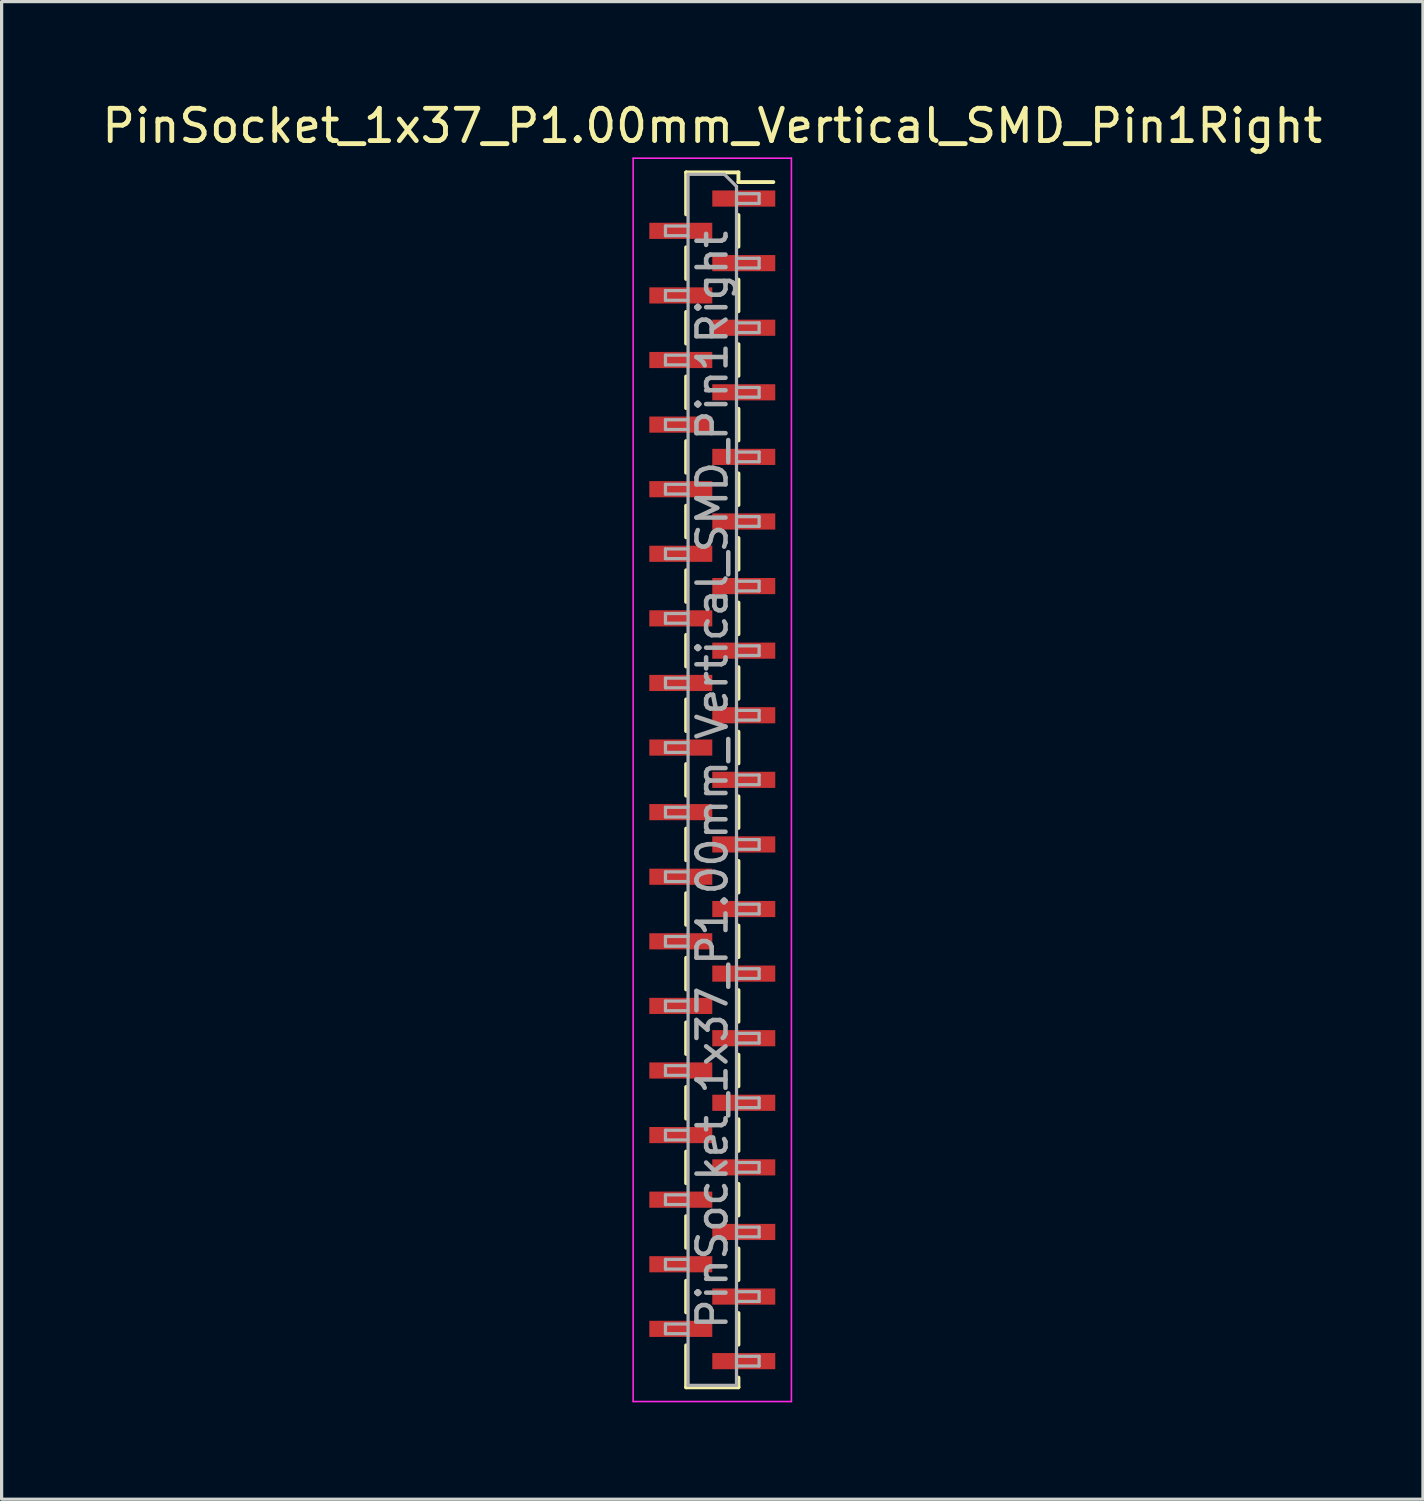
<source format=kicad_pcb>
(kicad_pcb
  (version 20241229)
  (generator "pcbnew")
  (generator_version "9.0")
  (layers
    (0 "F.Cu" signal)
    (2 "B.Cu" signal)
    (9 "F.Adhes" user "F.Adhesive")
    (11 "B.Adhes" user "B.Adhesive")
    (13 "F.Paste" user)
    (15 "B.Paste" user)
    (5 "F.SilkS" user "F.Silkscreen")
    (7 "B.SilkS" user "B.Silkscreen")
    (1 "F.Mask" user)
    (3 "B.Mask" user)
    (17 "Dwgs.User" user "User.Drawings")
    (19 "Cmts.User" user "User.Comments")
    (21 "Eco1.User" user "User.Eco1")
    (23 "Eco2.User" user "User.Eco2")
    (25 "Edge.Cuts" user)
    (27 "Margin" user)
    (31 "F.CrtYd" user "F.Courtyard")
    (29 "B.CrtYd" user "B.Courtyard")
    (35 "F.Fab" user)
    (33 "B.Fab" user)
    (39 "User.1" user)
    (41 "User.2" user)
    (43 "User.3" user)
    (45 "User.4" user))
  (footprint "PinSocket_1x37_P1.00mm_Vertical_SMD_Pin1Right"
    (layer "F.Cu")
    (at 19.006 21.098)
    (property "Reference" "PinSocket_1x37_P1.00mm_Vertical_SMD_Pin1Right" (at 0 -20.25 0) (layer "F.SilkS") (effects (font (size 1 1) (thickness 0.15))))
    (attr smd)
    (fp_line (start -0.81 -18.81) (end -0.81 -17.51) (stroke (width 0.12) (type solid)) (layer "F.SilkS"))
    (fp_line (start -0.81 -18.81) (end 0.81 -18.81) (stroke (width 0.12) (type solid)) (layer "F.SilkS"))
    (fp_line (start -0.81 -16.49) (end -0.81 -15.51) (stroke (width 0.12) (type solid)) (layer "F.SilkS"))
    (fp_line (start -0.81 -14.49) (end -0.81 -13.51) (stroke (width 0.12) (type solid)) (layer "F.SilkS"))
    (fp_line (start -0.81 -12.49) (end -0.81 -11.51) (stroke (width 0.12) (type solid)) (layer "F.SilkS"))
    (fp_line (start -0.81 -10.49) (end -0.81 -9.51) (stroke (width 0.12) (type solid)) (layer "F.SilkS"))
    (fp_line (start -0.81 -8.49) (end -0.81 -7.51) (stroke (width 0.12) (type solid)) (layer "F.SilkS"))
    (fp_line (start -0.81 -6.49) (end -0.81 -5.51) (stroke (width 0.12) (type solid)) (layer "F.SilkS"))
    (fp_line (start -0.81 -4.49) (end -0.81 -3.51) (stroke (width 0.12) (type solid)) (layer "F.SilkS"))
    (fp_line (start -0.81 -2.49) (end -0.81 -1.51) (stroke (width 0.12) (type solid)) (layer "F.SilkS"))
    (fp_line (start -0.81 -0.49) (end -0.81 0.49) (stroke (width 0.12) (type solid)) (layer "F.SilkS"))
    (fp_line (start -0.81 1.51) (end -0.81 2.49) (stroke (width 0.12) (type solid)) (layer "F.SilkS"))
    (fp_line (start -0.81 3.51) (end -0.81 4.49) (stroke (width 0.12) (type solid)) (layer "F.SilkS"))
    (fp_line (start -0.81 5.51) (end -0.81 6.49) (stroke (width 0.12) (type solid)) (layer "F.SilkS"))
    (fp_line (start -0.81 7.51) (end -0.81 8.49) (stroke (width 0.12) (type solid)) (layer "F.SilkS"))
    (fp_line (start -0.81 9.51) (end -0.81 10.49) (stroke (width 0.12) (type solid)) (layer "F.SilkS"))
    (fp_line (start -0.81 11.51) (end -0.81 12.49) (stroke (width 0.12) (type solid)) (layer "F.SilkS"))
    (fp_line (start -0.81 13.51) (end -0.81 14.49) (stroke (width 0.12) (type solid)) (layer "F.SilkS"))
    (fp_line (start -0.81 15.51) (end -0.81 16.49) (stroke (width 0.12) (type solid)) (layer "F.SilkS"))
    (fp_line (start -0.81 17.51) (end -0.81 18.81) (stroke (width 0.12) (type solid)) (layer "F.SilkS"))
    (fp_line (start -0.81 18.81) (end 0.81 18.81) (stroke (width 0.12) (type solid)) (layer "F.SilkS"))
    (fp_line (start 0.81 -18.81) (end 0.81 -18.51) (stroke (width 0.12) (type solid)) (layer "F.SilkS"))
    (fp_line (start 0.81 -18.51) (end 1.89 -18.51) (stroke (width 0.12) (type solid)) (layer "F.SilkS"))
    (fp_line (start 0.81 -17.49) (end 0.81 -16.51) (stroke (width 0.12) (type solid)) (layer "F.SilkS"))
    (fp_line (start 0.81 -15.49) (end 0.81 -14.51) (stroke (width 0.12) (type solid)) (layer "F.SilkS"))
    (fp_line (start 0.81 -13.49) (end 0.81 -12.51) (stroke (width 0.12) (type solid)) (layer "F.SilkS"))
    (fp_line (start 0.81 -11.49) (end 0.81 -10.51) (stroke (width 0.12) (type solid)) (layer "F.SilkS"))
    (fp_line (start 0.81 -9.49) (end 0.81 -8.51) (stroke (width 0.12) (type solid)) (layer "F.SilkS"))
    (fp_line (start 0.81 -7.49) (end 0.81 -6.51) (stroke (width 0.12) (type solid)) (layer "F.SilkS"))
    (fp_line (start 0.81 -5.49) (end 0.81 -4.51) (stroke (width 0.12) (type solid)) (layer "F.SilkS"))
    (fp_line (start 0.81 -3.49) (end 0.81 -2.51) (stroke (width 0.12) (type solid)) (layer "F.SilkS"))
    (fp_line (start 0.81 -1.49) (end 0.81 -0.51) (stroke (width 0.12) (type solid)) (layer "F.SilkS"))
    (fp_line (start 0.81 0.51) (end 0.81 1.49) (stroke (width 0.12) (type solid)) (layer "F.SilkS"))
    (fp_line (start 0.81 2.51) (end 0.81 3.49) (stroke (width 0.12) (type solid)) (layer "F.SilkS"))
    (fp_line (start 0.81 4.51) (end 0.81 5.49) (stroke (width 0.12) (type solid)) (layer "F.SilkS"))
    (fp_line (start 0.81 6.51) (end 0.81 7.49) (stroke (width 0.12) (type solid)) (layer "F.SilkS"))
    (fp_line (start 0.81 8.51) (end 0.81 9.49) (stroke (width 0.12) (type solid)) (layer "F.SilkS"))
    (fp_line (start 0.81 10.51) (end 0.81 11.49) (stroke (width 0.12) (type solid)) (layer "F.SilkS"))
    (fp_line (start 0.81 12.51) (end 0.81 13.49) (stroke (width 0.12) (type solid)) (layer "F.SilkS"))
    (fp_line (start 0.81 14.51) (end 0.81 15.49) (stroke (width 0.12) (type solid)) (layer "F.SilkS"))
    (fp_line (start 0.81 16.51) (end 0.81 17.49) (stroke (width 0.12) (type solid)) (layer "F.SilkS"))
    (fp_line (start 0.81 18.51) (end 0.81 18.81) (stroke (width 0.12) (type solid)) (layer "F.SilkS"))
    (fp_line (start -2.45 -19.25) (end 2.45 -19.25) (stroke (width 0.05) (type solid)) (layer "F.CrtYd"))
    (fp_line (start -2.45 19.25) (end -2.45 -19.25) (stroke (width 0.05) (type solid)) (layer "F.CrtYd"))
    (fp_line (start 2.45 -19.25) (end 2.45 19.25) (stroke (width 0.05) (type solid)) (layer "F.CrtYd"))
    (fp_line (start 2.45 19.25) (end -2.45 19.25) (stroke (width 0.05) (type solid)) (layer "F.CrtYd"))
    (fp_line (start -1.45 -17.15) (end -0.75 -17.15) (stroke (width 0.1) (type solid)) (layer "F.Fab"))
    (fp_line (start -1.45 -16.85) (end -1.45 -17.15) (stroke (width 0.1) (type solid)) (layer "F.Fab"))
    (fp_line (start -1.45 -15.15) (end -0.75 -15.15) (stroke (width 0.1) (type solid)) (layer "F.Fab"))
    (fp_line (start -1.45 -14.85) (end -1.45 -15.15) (stroke (width 0.1) (type solid)) (layer "F.Fab"))
    (fp_line (start -1.45 -13.15) (end -0.75 -13.15) (stroke (width 0.1) (type solid)) (layer "F.Fab"))
    (fp_line (start -1.45 -12.85) (end -1.45 -13.15) (stroke (width 0.1) (type solid)) (layer "F.Fab"))
    (fp_line (start -1.45 -11.15) (end -0.75 -11.15) (stroke (width 0.1) (type solid)) (layer "F.Fab"))
    (fp_line (start -1.45 -10.85) (end -1.45 -11.15) (stroke (width 0.1) (type solid)) (layer "F.Fab"))
    (fp_line (start -1.45 -9.15) (end -0.75 -9.15) (stroke (width 0.1) (type solid)) (layer "F.Fab"))
    (fp_line (start -1.45 -8.85) (end -1.45 -9.15) (stroke (width 0.1) (type solid)) (layer "F.Fab"))
    (fp_line (start -1.45 -7.15) (end -0.75 -7.15) (stroke (width 0.1) (type solid)) (layer "F.Fab"))
    (fp_line (start -1.45 -6.85) (end -1.45 -7.15) (stroke (width 0.1) (type solid)) (layer "F.Fab"))
    (fp_line (start -1.45 -5.15) (end -0.75 -5.15) (stroke (width 0.1) (type solid)) (layer "F.Fab"))
    (fp_line (start -1.45 -4.85) (end -1.45 -5.15) (stroke (width 0.1) (type solid)) (layer "F.Fab"))
    (fp_line (start -1.45 -3.15) (end -0.75 -3.15) (stroke (width 0.1) (type solid)) (layer "F.Fab"))
    (fp_line (start -1.45 -2.85) (end -1.45 -3.15) (stroke (width 0.1) (type solid)) (layer "F.Fab"))
    (fp_line (start -1.45 -1.15) (end -0.75 -1.15) (stroke (width 0.1) (type solid)) (layer "F.Fab"))
    (fp_line (start -1.45 -0.85) (end -1.45 -1.15) (stroke (width 0.1) (type solid)) (layer "F.Fab"))
    (fp_line (start -1.45 0.85) (end -0.75 0.85) (stroke (width 0.1) (type solid)) (layer "F.Fab"))
    (fp_line (start -1.45 1.15) (end -1.45 0.85) (stroke (width 0.1) (type solid)) (layer "F.Fab"))
    (fp_line (start -1.45 2.85) (end -0.75 2.85) (stroke (width 0.1) (type solid)) (layer "F.Fab"))
    (fp_line (start -1.45 3.15) (end -1.45 2.85) (stroke (width 0.1) (type solid)) (layer "F.Fab"))
    (fp_line (start -1.45 4.85) (end -0.75 4.85) (stroke (width 0.1) (type solid)) (layer "F.Fab"))
    (fp_line (start -1.45 5.15) (end -1.45 4.85) (stroke (width 0.1) (type solid)) (layer "F.Fab"))
    (fp_line (start -1.45 6.85) (end -0.75 6.85) (stroke (width 0.1) (type solid)) (layer "F.Fab"))
    (fp_line (start -1.45 7.15) (end -1.45 6.85) (stroke (width 0.1) (type solid)) (layer "F.Fab"))
    (fp_line (start -1.45 8.85) (end -0.75 8.85) (stroke (width 0.1) (type solid)) (layer "F.Fab"))
    (fp_line (start -1.45 9.15) (end -1.45 8.85) (stroke (width 0.1) (type solid)) (layer "F.Fab"))
    (fp_line (start -1.45 10.85) (end -0.75 10.85) (stroke (width 0.1) (type solid)) (layer "F.Fab"))
    (fp_line (start -1.45 11.15) (end -1.45 10.85) (stroke (width 0.1) (type solid)) (layer "F.Fab"))
    (fp_line (start -1.45 12.85) (end -0.75 12.85) (stroke (width 0.1) (type solid)) (layer "F.Fab"))
    (fp_line (start -1.45 13.15) (end -1.45 12.85) (stroke (width 0.1) (type solid)) (layer "F.Fab"))
    (fp_line (start -1.45 14.85) (end -0.75 14.85) (stroke (width 0.1) (type solid)) (layer "F.Fab"))
    (fp_line (start -1.45 15.15) (end -1.45 14.85) (stroke (width 0.1) (type solid)) (layer "F.Fab"))
    (fp_line (start -1.45 16.85) (end -0.75 16.85) (stroke (width 0.1) (type solid)) (layer "F.Fab"))
    (fp_line (start -1.45 17.15) (end -1.45 16.85) (stroke (width 0.1) (type solid)) (layer "F.Fab"))
    (fp_line (start -0.75 -18.75) (end 0.375 -18.75) (stroke (width 0.1) (type solid)) (layer "F.Fab"))
    (fp_line (start -0.75 -16.85) (end -1.45 -16.85) (stroke (width 0.1) (type solid)) (layer "F.Fab"))
    (fp_line (start -0.75 -14.85) (end -1.45 -14.85) (stroke (width 0.1) (type solid)) (layer "F.Fab"))
    (fp_line (start -0.75 -12.85) (end -1.45 -12.85) (stroke (width 0.1) (type solid)) (layer "F.Fab"))
    (fp_line (start -0.75 -10.85) (end -1.45 -10.85) (stroke (width 0.1) (type solid)) (layer "F.Fab"))
    (fp_line (start -0.75 -8.85) (end -1.45 -8.85) (stroke (width 0.1) (type solid)) (layer "F.Fab"))
    (fp_line (start -0.75 -6.85) (end -1.45 -6.85) (stroke (width 0.1) (type solid)) (layer "F.Fab"))
    (fp_line (start -0.75 -4.85) (end -1.45 -4.85) (stroke (width 0.1) (type solid)) (layer "F.Fab"))
    (fp_line (start -0.75 -2.85) (end -1.45 -2.85) (stroke (width 0.1) (type solid)) (layer "F.Fab"))
    (fp_line (start -0.75 -0.85) (end -1.45 -0.85) (stroke (width 0.1) (type solid)) (layer "F.Fab"))
    (fp_line (start -0.75 1.15) (end -1.45 1.15) (stroke (width 0.1) (type solid)) (layer "F.Fab"))
    (fp_line (start -0.75 3.15) (end -1.45 3.15) (stroke (width 0.1) (type solid)) (layer "F.Fab"))
    (fp_line (start -0.75 5.15) (end -1.45 5.15) (stroke (width 0.1) (type solid)) (layer "F.Fab"))
    (fp_line (start -0.75 7.15) (end -1.45 7.15) (stroke (width 0.1) (type solid)) (layer "F.Fab"))
    (fp_line (start -0.75 9.15) (end -1.45 9.15) (stroke (width 0.1) (type solid)) (layer "F.Fab"))
    (fp_line (start -0.75 11.15) (end -1.45 11.15) (stroke (width 0.1) (type solid)) (layer "F.Fab"))
    (fp_line (start -0.75 13.15) (end -1.45 13.15) (stroke (width 0.1) (type solid)) (layer "F.Fab"))
    (fp_line (start -0.75 15.15) (end -1.45 15.15) (stroke (width 0.1) (type solid)) (layer "F.Fab"))
    (fp_line (start -0.75 17.15) (end -1.45 17.15) (stroke (width 0.1) (type solid)) (layer "F.Fab"))
    (fp_line (start -0.75 18.75) (end -0.75 -18.75) (stroke (width 0.1) (type solid)) (layer "F.Fab"))
    (fp_line (start 0.375 -18.75) (end 0.75 -18.375) (stroke (width 0.1) (type solid)) (layer "F.Fab"))
    (fp_line (start 0.75 -18.375) (end 0.75 18.75) (stroke (width 0.1) (type solid)) (layer "F.Fab"))
    (fp_line (start 0.75 -18.15) (end 1.45 -18.15) (stroke (width 0.1) (type solid)) (layer "F.Fab"))
    (fp_line (start 0.75 -16.15) (end 1.45 -16.15) (stroke (width 0.1) (type solid)) (layer "F.Fab"))
    (fp_line (start 0.75 -14.15) (end 1.45 -14.15) (stroke (width 0.1) (type solid)) (layer "F.Fab"))
    (fp_line (start 0.75 -12.15) (end 1.45 -12.15) (stroke (width 0.1) (type solid)) (layer "F.Fab"))
    (fp_line (start 0.75 -10.15) (end 1.45 -10.15) (stroke (width 0.1) (type solid)) (layer "F.Fab"))
    (fp_line (start 0.75 -8.15) (end 1.45 -8.15) (stroke (width 0.1) (type solid)) (layer "F.Fab"))
    (fp_line (start 0.75 -6.15) (end 1.45 -6.15) (stroke (width 0.1) (type solid)) (layer "F.Fab"))
    (fp_line (start 0.75 -4.15) (end 1.45 -4.15) (stroke (width 0.1) (type solid)) (layer "F.Fab"))
    (fp_line (start 0.75 -2.15) (end 1.45 -2.15) (stroke (width 0.1) (type solid)) (layer "F.Fab"))
    (fp_line (start 0.75 -0.15) (end 1.45 -0.15) (stroke (width 0.1) (type solid)) (layer "F.Fab"))
    (fp_line (start 0.75 1.85) (end 1.45 1.85) (stroke (width 0.1) (type solid)) (layer "F.Fab"))
    (fp_line (start 0.75 3.85) (end 1.45 3.85) (stroke (width 0.1) (type solid)) (layer "F.Fab"))
    (fp_line (start 0.75 5.85) (end 1.45 5.85) (stroke (width 0.1) (type solid)) (layer "F.Fab"))
    (fp_line (start 0.75 7.85) (end 1.45 7.85) (stroke (width 0.1) (type solid)) (layer "F.Fab"))
    (fp_line (start 0.75 9.85) (end 1.45 9.85) (stroke (width 0.1) (type solid)) (layer "F.Fab"))
    (fp_line (start 0.75 11.85) (end 1.45 11.85) (stroke (width 0.1) (type solid)) (layer "F.Fab"))
    (fp_line (start 0.75 13.85) (end 1.45 13.85) (stroke (width 0.1) (type solid)) (layer "F.Fab"))
    (fp_line (start 0.75 15.85) (end 1.45 15.85) (stroke (width 0.1) (type solid)) (layer "F.Fab"))
    (fp_line (start 0.75 17.85) (end 1.45 17.85) (stroke (width 0.1) (type solid)) (layer "F.Fab"))
    (fp_line (start 0.75 18.75) (end -0.75 18.75) (stroke (width 0.1) (type solid)) (layer "F.Fab"))
    (fp_line (start 1.45 -18.15) (end 1.45 -17.85) (stroke (width 0.1) (type solid)) (layer "F.Fab"))
    (fp_line (start 1.45 -17.85) (end 0.75 -17.85) (stroke (width 0.1) (type solid)) (layer "F.Fab"))
    (fp_line (start 1.45 -16.15) (end 1.45 -15.85) (stroke (width 0.1) (type solid)) (layer "F.Fab"))
    (fp_line (start 1.45 -15.85) (end 0.75 -15.85) (stroke (width 0.1) (type solid)) (layer "F.Fab"))
    (fp_line (start 1.45 -14.15) (end 1.45 -13.85) (stroke (width 0.1) (type solid)) (layer "F.Fab"))
    (fp_line (start 1.45 -13.85) (end 0.75 -13.85) (stroke (width 0.1) (type solid)) (layer "F.Fab"))
    (fp_line (start 1.45 -12.15) (end 1.45 -11.85) (stroke (width 0.1) (type solid)) (layer "F.Fab"))
    (fp_line (start 1.45 -11.85) (end 0.75 -11.85) (stroke (width 0.1) (type solid)) (layer "F.Fab"))
    (fp_line (start 1.45 -10.15) (end 1.45 -9.85) (stroke (width 0.1) (type solid)) (layer "F.Fab"))
    (fp_line (start 1.45 -9.85) (end 0.75 -9.85) (stroke (width 0.1) (type solid)) (layer "F.Fab"))
    (fp_line (start 1.45 -8.15) (end 1.45 -7.85) (stroke (width 0.1) (type solid)) (layer "F.Fab"))
    (fp_line (start 1.45 -7.85) (end 0.75 -7.85) (stroke (width 0.1) (type solid)) (layer "F.Fab"))
    (fp_line (start 1.45 -6.15) (end 1.45 -5.85) (stroke (width 0.1) (type solid)) (layer "F.Fab"))
    (fp_line (start 1.45 -5.85) (end 0.75 -5.85) (stroke (width 0.1) (type solid)) (layer "F.Fab"))
    (fp_line (start 1.45 -4.15) (end 1.45 -3.85) (stroke (width 0.1) (type solid)) (layer "F.Fab"))
    (fp_line (start 1.45 -3.85) (end 0.75 -3.85) (stroke (width 0.1) (type solid)) (layer "F.Fab"))
    (fp_line (start 1.45 -2.15) (end 1.45 -1.85) (stroke (width 0.1) (type solid)) (layer "F.Fab"))
    (fp_line (start 1.45 -1.85) (end 0.75 -1.85) (stroke (width 0.1) (type solid)) (layer "F.Fab"))
    (fp_line (start 1.45 -0.15) (end 1.45 0.15) (stroke (width 0.1) (type solid)) (layer "F.Fab"))
    (fp_line (start 1.45 0.15) (end 0.75 0.15) (stroke (width 0.1) (type solid)) (layer "F.Fab"))
    (fp_line (start 1.45 1.85) (end 1.45 2.15) (stroke (width 0.1) (type solid)) (layer "F.Fab"))
    (fp_line (start 1.45 2.15) (end 0.75 2.15) (stroke (width 0.1) (type solid)) (layer "F.Fab"))
    (fp_line (start 1.45 3.85) (end 1.45 4.15) (stroke (width 0.1) (type solid)) (layer "F.Fab"))
    (fp_line (start 1.45 4.15) (end 0.75 4.15) (stroke (width 0.1) (type solid)) (layer "F.Fab"))
    (fp_line (start 1.45 5.85) (end 1.45 6.15) (stroke (width 0.1) (type solid)) (layer "F.Fab"))
    (fp_line (start 1.45 6.15) (end 0.75 6.15) (stroke (width 0.1) (type solid)) (layer "F.Fab"))
    (fp_line (start 1.45 7.85) (end 1.45 8.15) (stroke (width 0.1) (type solid)) (layer "F.Fab"))
    (fp_line (start 1.45 8.15) (end 0.75 8.15) (stroke (width 0.1) (type solid)) (layer "F.Fab"))
    (fp_line (start 1.45 9.85) (end 1.45 10.15) (stroke (width 0.1) (type solid)) (layer "F.Fab"))
    (fp_line (start 1.45 10.15) (end 0.75 10.15) (stroke (width 0.1) (type solid)) (layer "F.Fab"))
    (fp_line (start 1.45 11.85) (end 1.45 12.15) (stroke (width 0.1) (type solid)) (layer "F.Fab"))
    (fp_line (start 1.45 12.15) (end 0.75 12.15) (stroke (width 0.1) (type solid)) (layer "F.Fab"))
    (fp_line (start 1.45 13.85) (end 1.45 14.15) (stroke (width 0.1) (type solid)) (layer "F.Fab"))
    (fp_line (start 1.45 14.15) (end 0.75 14.15) (stroke (width 0.1) (type solid)) (layer "F.Fab"))
    (fp_line (start 1.45 15.85) (end 1.45 16.15) (stroke (width 0.1) (type solid)) (layer "F.Fab"))
    (fp_line (start 1.45 16.15) (end 0.75 16.15) (stroke (width 0.1) (type solid)) (layer "F.Fab"))
    (fp_line (start 1.45 17.85) (end 1.45 18.15) (stroke (width 0.1) (type solid)) (layer "F.Fab"))
    (fp_line (start 1.45 18.15) (end 0.75 18.15) (stroke (width 0.1) (type solid)) (layer "F.Fab"))
    (fp_text user "${REFERENCE}" (at 0 0 90) (layer "F.Fab") (effects (font (size 0.9 0.9) (thickness 0.14))))
    (pad "1" smd rect (at 0.975 -18) (size 1.95 0.5) (layers "F.Cu" "F.Mask" "F.Paste"))
    (pad "2" smd rect (at -0.975 -17) (size 1.95 0.5) (layers "F.Cu" "F.Mask" "F.Paste"))
    (pad "3" smd rect (at 0.975 -16) (size 1.95 0.5) (layers "F.Cu" "F.Mask" "F.Paste"))
    (pad "4" smd rect (at -0.975 -15) (size 1.95 0.5) (layers "F.Cu" "F.Mask" "F.Paste"))
    (pad "5" smd rect (at 0.975 -14) (size 1.95 0.5) (layers "F.Cu" "F.Mask" "F.Paste"))
    (pad "6" smd rect (at -0.975 -13) (size 1.95 0.5) (layers "F.Cu" "F.Mask" "F.Paste"))
    (pad "7" smd rect (at 0.975 -12) (size 1.95 0.5) (layers "F.Cu" "F.Mask" "F.Paste"))
    (pad "8" smd rect (at -0.975 -11) (size 1.95 0.5) (layers "F.Cu" "F.Mask" "F.Paste"))
    (pad "9" smd rect (at 0.975 -10) (size 1.95 0.5) (layers "F.Cu" "F.Mask" "F.Paste"))
    (pad "10" smd rect (at -0.975 -9) (size 1.95 0.5) (layers "F.Cu" "F.Mask" "F.Paste"))
    (pad "11" smd rect (at 0.975 -8) (size 1.95 0.5) (layers "F.Cu" "F.Mask" "F.Paste"))
    (pad "12" smd rect (at -0.975 -7) (size 1.95 0.5) (layers "F.Cu" "F.Mask" "F.Paste"))
    (pad "13" smd rect (at 0.975 -6) (size 1.95 0.5) (layers "F.Cu" "F.Mask" "F.Paste"))
    (pad "14" smd rect (at -0.975 -5) (size 1.95 0.5) (layers "F.Cu" "F.Mask" "F.Paste"))
    (pad "15" smd rect (at 0.975 -4) (size 1.95 0.5) (layers "F.Cu" "F.Mask" "F.Paste"))
    (pad "16" smd rect (at -0.975 -3) (size 1.95 0.5) (layers "F.Cu" "F.Mask" "F.Paste"))
    (pad "17" smd rect (at 0.975 -2) (size 1.95 0.5) (layers "F.Cu" "F.Mask" "F.Paste"))
    (pad "18" smd rect (at -0.975 -1) (size 1.95 0.5) (layers "F.Cu" "F.Mask" "F.Paste"))
    (pad "19" smd rect (at 0.975 0) (size 1.95 0.5) (layers "F.Cu" "F.Mask" "F.Paste"))
    (pad "20" smd rect (at -0.975 1) (size 1.95 0.5) (layers "F.Cu" "F.Mask" "F.Paste"))
    (pad "21" smd rect (at 0.975 2) (size 1.95 0.5) (layers "F.Cu" "F.Mask" "F.Paste"))
    (pad "22" smd rect (at -0.975 3) (size 1.95 0.5) (layers "F.Cu" "F.Mask" "F.Paste"))
    (pad "23" smd rect (at 0.975 4) (size 1.95 0.5) (layers "F.Cu" "F.Mask" "F.Paste"))
    (pad "24" smd rect (at -0.975 5) (size 1.95 0.5) (layers "F.Cu" "F.Mask" "F.Paste"))
    (pad "25" smd rect (at 0.975 6) (size 1.95 0.5) (layers "F.Cu" "F.Mask" "F.Paste"))
    (pad "26" smd rect (at -0.975 7) (size 1.95 0.5) (layers "F.Cu" "F.Mask" "F.Paste"))
    (pad "27" smd rect (at 0.975 8) (size 1.95 0.5) (layers "F.Cu" "F.Mask" "F.Paste"))
    (pad "28" smd rect (at -0.975 9) (size 1.95 0.5) (layers "F.Cu" "F.Mask" "F.Paste"))
    (pad "29" smd rect (at 0.975 10) (size 1.95 0.5) (layers "F.Cu" "F.Mask" "F.Paste"))
    (pad "30" smd rect (at -0.975 11) (size 1.95 0.5) (layers "F.Cu" "F.Mask" "F.Paste"))
    (pad "31" smd rect (at 0.975 12) (size 1.95 0.5) (layers "F.Cu" "F.Mask" "F.Paste"))
    (pad "32" smd rect (at -0.975 13) (size 1.95 0.5) (layers "F.Cu" "F.Mask" "F.Paste"))
    (pad "33" smd rect (at 0.975 14) (size 1.95 0.5) (layers "F.Cu" "F.Mask" "F.Paste"))
    (pad "34" smd rect (at -0.975 15) (size 1.95 0.5) (layers "F.Cu" "F.Mask" "F.Paste"))
    (pad "35" smd rect (at 0.975 16) (size 1.95 0.5) (layers "F.Cu" "F.Mask" "F.Paste"))
    (pad "36" smd rect (at -0.975 17) (size 1.95 0.5) (layers "F.Cu" "F.Mask" "F.Paste"))
    (pad "37" smd rect (at 0.975 18) (size 1.95 0.5) (layers "F.Cu" "F.Mask" "F.Paste")))
  (gr_rect
    (start -3 -3)
    (end 41.012 43.373)
    (stroke (width 0.1) (type default))
    (fill no)
    (layer "Edge.Cuts")))
</source>
